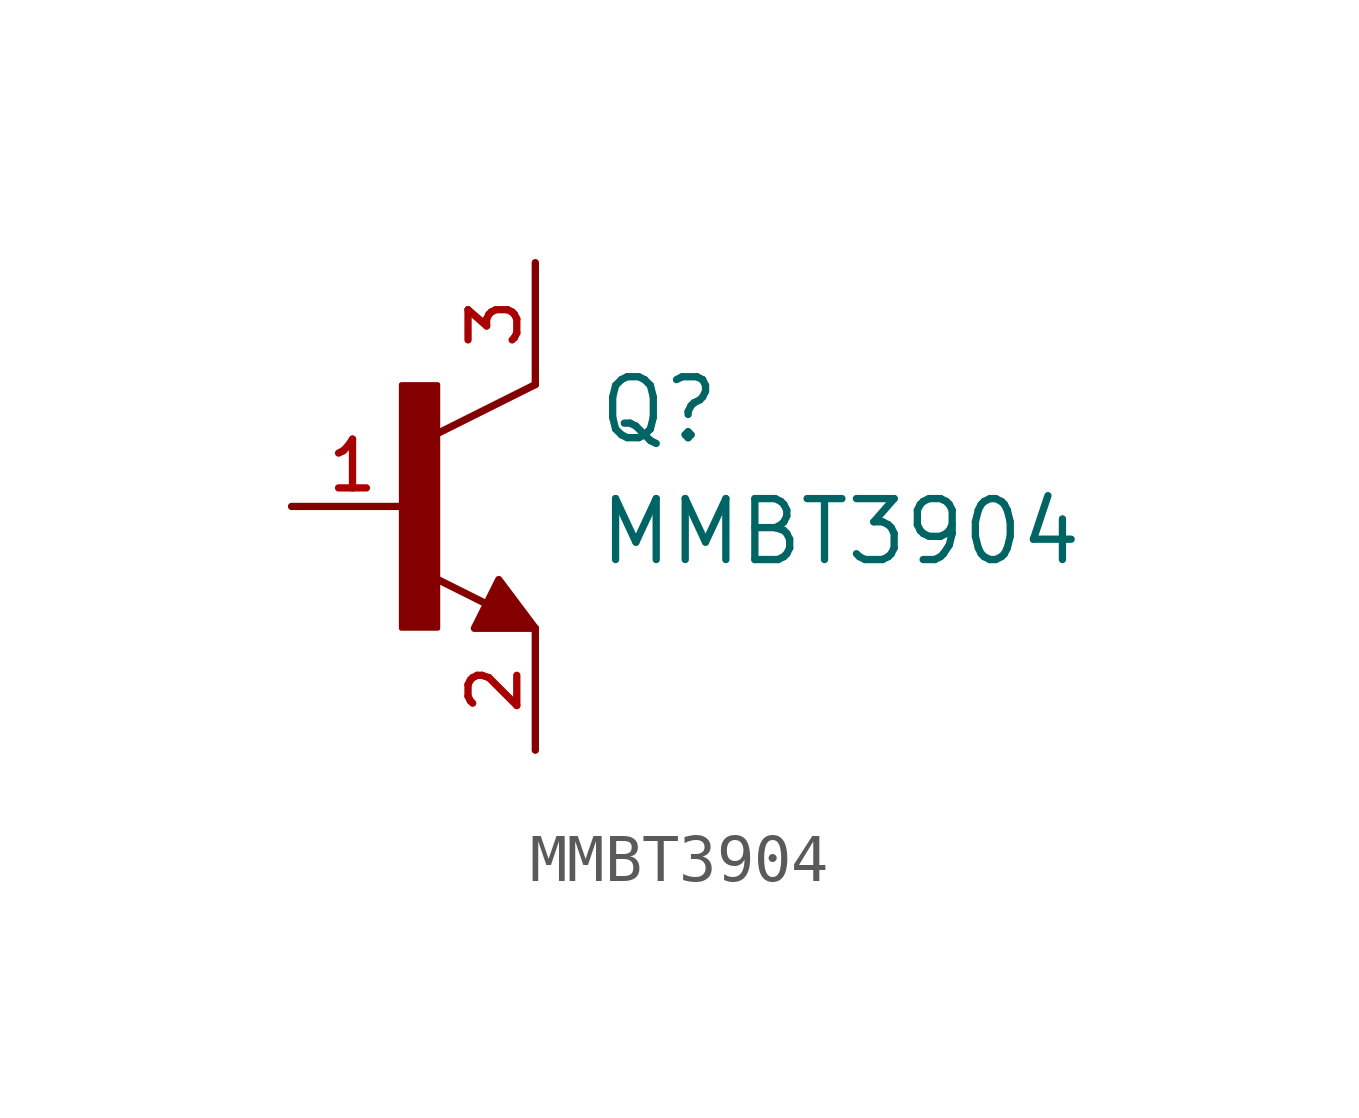
<source format=kicad_sym>
(kicad_symbol_lib
  (version 20211014)
  (generator kicad_symbol_editor)
  (symbol "MMBT3904"
    (pin_names
      (offset 1.016))
    (property "Reference" "Q"
      (at 3.81 1.27 0)
      (effects (font (size 1.27 1.27)) (justify bottom left)))
    (property "Value" "MMBT3904"
      (at 3.81 -1.27 0)
      (effects (font (size 1.27 1.27)) (justify bottom left)))
    (symbol "MMBT3904_0_0"
      (polyline (pts (xy 2.54 2.54) (xy 0.508 1.524)) (stroke (width 0.152)))
      (polyline (pts (xy 1.54 -2.04) (xy 0.308 -1.424)) (stroke (width 0.152)))
      (rectangle (start -0.254 -2.54) (end 0.508 2.54) (stroke (width 0.1)) (fill (type outline)))
      (polyline (pts (xy 2.54 -2.54) (xy 1.27 -2.54) (xy 1.778 -1.524) (xy 2.54 -2.54)) (stroke (width 0.152)) (fill (type outline)))
      (pin passive line (at -2.54 0.0 0) (length 2.54) (name "~" (effects (font (size 1.016 1.016)))) (number "1" (effects (font (size 1.016 1.016)))))
      (pin passive line (at 2.54 -5.08 90.0) (length 2.54) (name "~" (effects (font (size 1.016 1.016)))) (number "2" (effects (font (size 1.016 1.016)))))
      (pin passive line (at 2.54 5.08 270.0) (length 2.54) (name "~" (effects (font (size 1.016 1.016)))) (number "3" (effects (font (size 1.016 1.016))))))))
</source>
